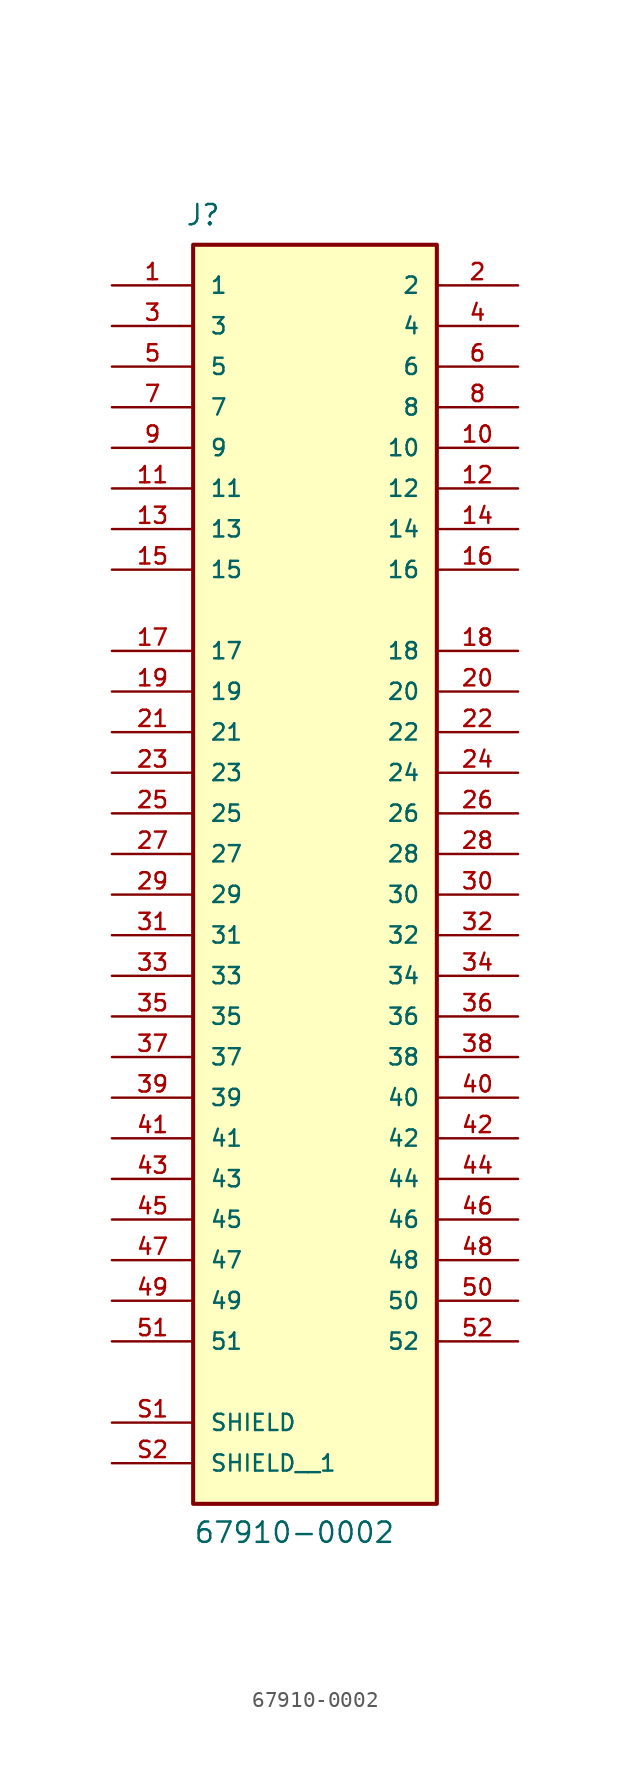
<source format=kicad_sym>
(kicad_symbol_lib
  (version 20211014)
  (generator kicad_symbol_editor)
  (symbol "67910-0002"
    (pin_names
      (offset 1.016))
    (property "Reference" "J"
      (at -8.128 39.218 0)
      (effects (font (size 1.27 1.27)) (justify left bottom)))
    (property "Value" "67910-0002"
      (at -7.62 -43.18 0)
      (effects (font (size 1.27 1.27)) (justify left bottom)))
    (property "ki_locked" ""
      (at 0 0 0)
      (effects (font (size 1.27 1.27))))
    (symbol "67910-0002_0_0"
      (rectangle (start -7.62 -40.64) (end 7.62 38.1) (stroke (width 0.254) (type default) (color 0 0 0 0)) (fill (type background)))
      (pin passive line (at -12.7 35.56 0) (length 5.08) (name "1" (effects (font (size 1.016 1.016)))) (number "1" (effects (font (size 1.016 1.016)))))
      (pin passive line (at 12.7 25.4 180) (length 5.08) (name "10" (effects (font (size 1.016 1.016)))) (number "10" (effects (font (size 1.016 1.016)))))
      (pin passive line (at -12.7 22.86 0) (length 5.08) (name "11" (effects (font (size 1.016 1.016)))) (number "11" (effects (font (size 1.016 1.016)))))
      (pin passive line (at 12.7 22.86 180) (length 5.08) (name "12" (effects (font (size 1.016 1.016)))) (number "12" (effects (font (size 1.016 1.016)))))
      (pin passive line (at -12.7 20.32 0) (length 5.08) (name "13" (effects (font (size 1.016 1.016)))) (number "13" (effects (font (size 1.016 1.016)))))
      (pin passive line (at 12.7 20.32 180) (length 5.08) (name "14" (effects (font (size 1.016 1.016)))) (number "14" (effects (font (size 1.016 1.016)))))
      (pin passive line (at -12.7 17.78 0) (length 5.08) (name "15" (effects (font (size 1.016 1.016)))) (number "15" (effects (font (size 1.016 1.016)))))
      (pin passive line (at 12.7 17.78 180) (length 5.08) (name "16" (effects (font (size 1.016 1.016)))) (number "16" (effects (font (size 1.016 1.016)))))
      (pin passive line (at -12.7 12.7 0) (length 5.08) (name "17" (effects (font (size 1.016 1.016)))) (number "17" (effects (font (size 1.016 1.016)))))
      (pin passive line (at 12.7 12.7 180) (length 5.08) (name "18" (effects (font (size 1.016 1.016)))) (number "18" (effects (font (size 1.016 1.016)))))
      (pin passive line (at -12.7 10.16 0) (length 5.08) (name "19" (effects (font (size 1.016 1.016)))) (number "19" (effects (font (size 1.016 1.016)))))
      (pin passive line (at 12.7 35.56 180) (length 5.08) (name "2" (effects (font (size 1.016 1.016)))) (number "2" (effects (font (size 1.016 1.016)))))
      (pin passive line (at 12.7 10.16 180) (length 5.08) (name "20" (effects (font (size 1.016 1.016)))) (number "20" (effects (font (size 1.016 1.016)))))
      (pin passive line (at -12.7 7.62 0) (length 5.08) (name "21" (effects (font (size 1.016 1.016)))) (number "21" (effects (font (size 1.016 1.016)))))
      (pin passive line (at 12.7 7.62 180) (length 5.08) (name "22" (effects (font (size 1.016 1.016)))) (number "22" (effects (font (size 1.016 1.016)))))
      (pin passive line (at -12.7 5.08 0) (length 5.08) (name "23" (effects (font (size 1.016 1.016)))) (number "23" (effects (font (size 1.016 1.016)))))
      (pin passive line (at 12.7 5.08 180) (length 5.08) (name "24" (effects (font (size 1.016 1.016)))) (number "24" (effects (font (size 1.016 1.016)))))
      (pin passive line (at -12.7 2.54 0) (length 5.08) (name "25" (effects (font (size 1.016 1.016)))) (number "25" (effects (font (size 1.016 1.016)))))
      (pin passive line (at 12.7 2.54 180) (length 5.08) (name "26" (effects (font (size 1.016 1.016)))) (number "26" (effects (font (size 1.016 1.016)))))
      (pin passive line (at -12.7 0 0) (length 5.08) (name "27" (effects (font (size 1.016 1.016)))) (number "27" (effects (font (size 1.016 1.016)))))
      (pin passive line (at 12.7 0 180) (length 5.08) (name "28" (effects (font (size 1.016 1.016)))) (number "28" (effects (font (size 1.016 1.016)))))
      (pin passive line (at -12.7 -2.54 0) (length 5.08) (name "29" (effects (font (size 1.016 1.016)))) (number "29" (effects (font (size 1.016 1.016)))))
      (pin passive line (at -12.7 33.02 0) (length 5.08) (name "3" (effects (font (size 1.016 1.016)))) (number "3" (effects (font (size 1.016 1.016)))))
      (pin passive line (at 12.7 -2.54 180) (length 5.08) (name "30" (effects (font (size 1.016 1.016)))) (number "30" (effects (font (size 1.016 1.016)))))
      (pin passive line (at -12.7 -5.08 0) (length 5.08) (name "31" (effects (font (size 1.016 1.016)))) (number "31" (effects (font (size 1.016 1.016)))))
      (pin passive line (at 12.7 -5.08 180) (length 5.08) (name "32" (effects (font (size 1.016 1.016)))) (number "32" (effects (font (size 1.016 1.016)))))
      (pin passive line (at -12.7 -7.62 0) (length 5.08) (name "33" (effects (font (size 1.016 1.016)))) (number "33" (effects (font (size 1.016 1.016)))))
      (pin passive line (at 12.7 -7.62 180) (length 5.08) (name "34" (effects (font (size 1.016 1.016)))) (number "34" (effects (font (size 1.016 1.016)))))
      (pin passive line (at -12.7 -10.16 0) (length 5.08) (name "35" (effects (font (size 1.016 1.016)))) (number "35" (effects (font (size 1.016 1.016)))))
      (pin passive line (at 12.7 -10.16 180) (length 5.08) (name "36" (effects (font (size 1.016 1.016)))) (number "36" (effects (font (size 1.016 1.016)))))
      (pin passive line (at -12.7 -12.7 0) (length 5.08) (name "37" (effects (font (size 1.016 1.016)))) (number "37" (effects (font (size 1.016 1.016)))))
      (pin passive line (at 12.7 -12.7 180) (length 5.08) (name "38" (effects (font (size 1.016 1.016)))) (number "38" (effects (font (size 1.016 1.016)))))
      (pin passive line (at -12.7 -15.24 0) (length 5.08) (name "39" (effects (font (size 1.016 1.016)))) (number "39" (effects (font (size 1.016 1.016)))))
      (pin passive line (at 12.7 33.02 180) (length 5.08) (name "4" (effects (font (size 1.016 1.016)))) (number "4" (effects (font (size 1.016 1.016)))))
      (pin passive line (at 12.7 -15.24 180) (length 5.08) (name "40" (effects (font (size 1.016 1.016)))) (number "40" (effects (font (size 1.016 1.016)))))
      (pin passive line (at -12.7 -17.78 0) (length 5.08) (name "41" (effects (font (size 1.016 1.016)))) (number "41" (effects (font (size 1.016 1.016)))))
      (pin passive line (at 12.7 -17.78 180) (length 5.08) (name "42" (effects (font (size 1.016 1.016)))) (number "42" (effects (font (size 1.016 1.016)))))
      (pin passive line (at -12.7 -20.32 0) (length 5.08) (name "43" (effects (font (size 1.016 1.016)))) (number "43" (effects (font (size 1.016 1.016)))))
      (pin passive line (at 12.7 -20.32 180) (length 5.08) (name "44" (effects (font (size 1.016 1.016)))) (number "44" (effects (font (size 1.016 1.016)))))
      (pin passive line (at -12.7 -22.86 0) (length 5.08) (name "45" (effects (font (size 1.016 1.016)))) (number "45" (effects (font (size 1.016 1.016)))))
      (pin passive line (at 12.7 -22.86 180) (length 5.08) (name "46" (effects (font (size 1.016 1.016)))) (number "46" (effects (font (size 1.016 1.016)))))
      (pin passive line (at -12.7 -25.4 0) (length 5.08) (name "47" (effects (font (size 1.016 1.016)))) (number "47" (effects (font (size 1.016 1.016)))))
      (pin passive line (at 12.7 -25.4 180) (length 5.08) (name "48" (effects (font (size 1.016 1.016)))) (number "48" (effects (font (size 1.016 1.016)))))
      (pin passive line (at -12.7 -27.94 0) (length 5.08) (name "49" (effects (font (size 1.016 1.016)))) (number "49" (effects (font (size 1.016 1.016)))))
      (pin passive line (at -12.7 30.48 0) (length 5.08) (name "5" (effects (font (size 1.016 1.016)))) (number "5" (effects (font (size 1.016 1.016)))))
      (pin passive line (at 12.7 -27.94 180) (length 5.08) (name "50" (effects (font (size 1.016 1.016)))) (number "50" (effects (font (size 1.016 1.016)))))
      (pin passive line (at -12.7 -30.48 0) (length 5.08) (name "51" (effects (font (size 1.016 1.016)))) (number "51" (effects (font (size 1.016 1.016)))))
      (pin passive line (at 12.7 -30.48 180) (length 5.08) (name "52" (effects (font (size 1.016 1.016)))) (number "52" (effects (font (size 1.016 1.016)))))
      (pin passive line (at 12.7 30.48 180) (length 5.08) (name "6" (effects (font (size 1.016 1.016)))) (number "6" (effects (font (size 1.016 1.016)))))
      (pin passive line (at -12.7 27.94 0) (length 5.08) (name "7" (effects (font (size 1.016 1.016)))) (number "7" (effects (font (size 1.016 1.016)))))
      (pin passive line (at 12.7 27.94 180) (length 5.08) (name "8" (effects (font (size 1.016 1.016)))) (number "8" (effects (font (size 1.016 1.016)))))
      (pin passive line (at -12.7 25.4 0) (length 5.08) (name "9" (effects (font (size 1.016 1.016)))) (number "9" (effects (font (size 1.016 1.016)))))
      (pin passive line (at -12.7 -35.56 0) (length 5.08) (name "SHIELD" (effects (font (size 1.016 1.016)))) (number "S1" (effects (font (size 1.016 1.016)))))
      (pin passive line (at -12.7 -38.1 0) (length 5.08) (name "SHIELD__1" (effects (font (size 1.016 1.016)))) (number "S2" (effects (font (size 1.016 1.016))))))))
</source>
